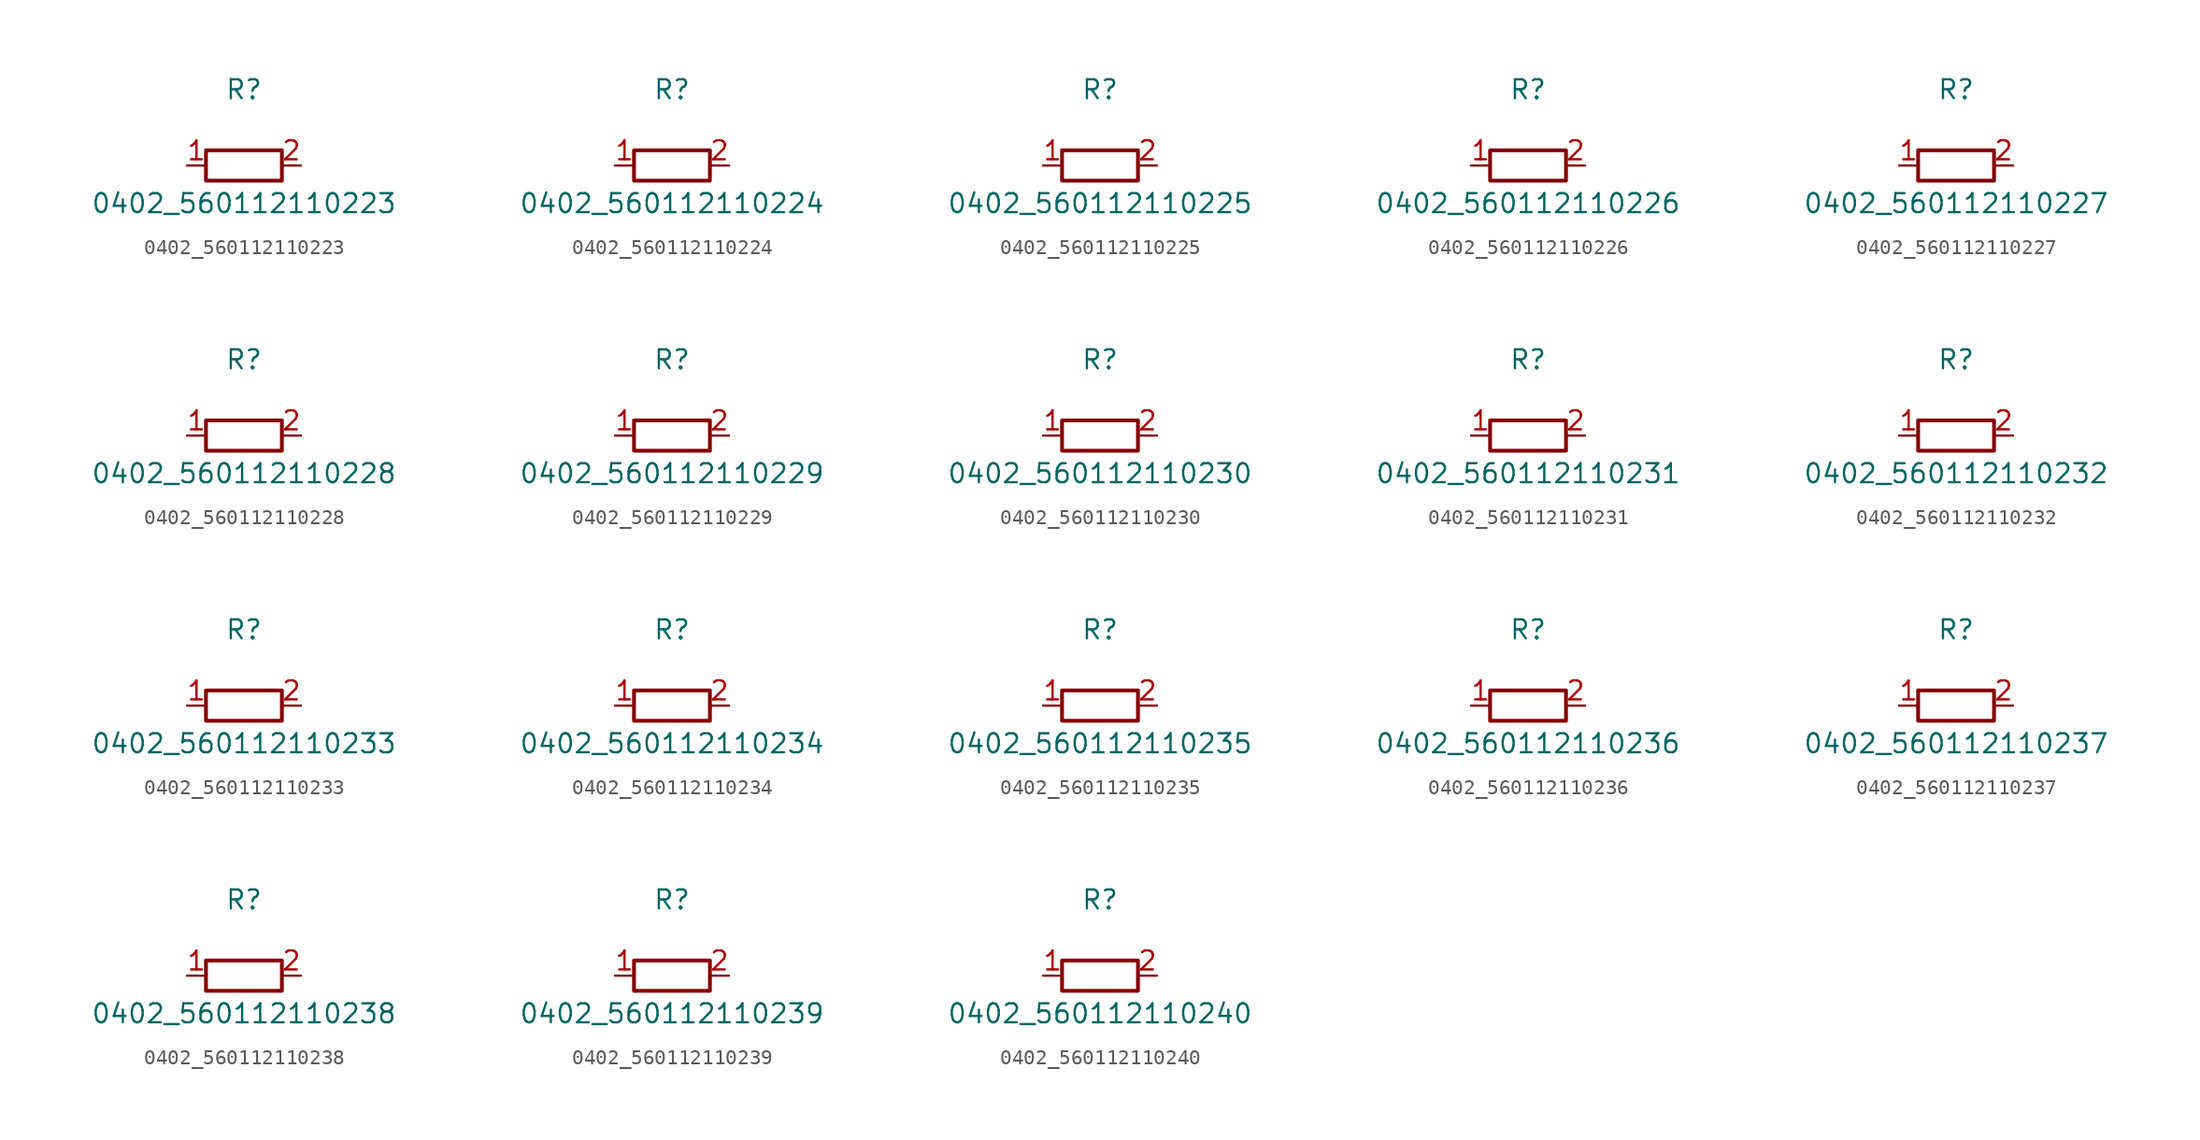
<source format=kicad_sym>
(kicad_symbol_lib
  (version 20220914)
  (generator kicad_symbol_editor)
  (symbol "0402_560112110223"
    (pin_names hide)
    (property "Reference" "R"
      (at 0 5.08 0)
      (effects (font (size 1.27 1.27))))
    (property "Value" "0402_560112110223"
      (at 0 -2.54 0)
      (effects (font (size 1.27 1.27))))
    (symbol "0402_560112110223_0_1"
      (rectangle (start -2.54 -1.016) (end 2.54 1.016) (stroke (width 0.254) (type default)) (fill (type none))))
    (symbol "0402_560112110223_1_1"
      (pin passive line (at -3.81 0 0) (length 1.27) (name "~" (effects (font (size 1.27 1.27)))) (number "1" (effects (font (size 1.27 1.27)))))
      (pin passive line (at 3.81 0 180) (length 1.27) (name "~" (effects (font (size 1.27 1.27)))) (number "2" (effects (font (size 1.27 1.27)))))))
  (symbol "0402_560112110224"
    (pin_names hide)
    (property "Reference" "R"
      (at 0 5.08 0)
      (effects (font (size 1.27 1.27))))
    (property "Value" "0402_560112110224"
      (at 0 -2.54 0)
      (effects (font (size 1.27 1.27))))
    (symbol "0402_560112110224_0_1"
      (rectangle (start -2.54 -1.016) (end 2.54 1.016) (stroke (width 0.254) (type default)) (fill (type none))))
    (symbol "0402_560112110224_1_1"
      (pin passive line (at -3.81 0 0) (length 1.27) (name "~" (effects (font (size 1.27 1.27)))) (number "1" (effects (font (size 1.27 1.27)))))
      (pin passive line (at 3.81 0 180) (length 1.27) (name "~" (effects (font (size 1.27 1.27)))) (number "2" (effects (font (size 1.27 1.27)))))))
  (symbol "0402_560112110225"
    (pin_names hide)
    (property "Reference" "R"
      (at 0 5.08 0)
      (effects (font (size 1.27 1.27))))
    (property "Value" "0402_560112110225"
      (at 0 -2.54 0)
      (effects (font (size 1.27 1.27))))
    (symbol "0402_560112110225_0_1"
      (rectangle (start -2.54 -1.016) (end 2.54 1.016) (stroke (width 0.254) (type default)) (fill (type none))))
    (symbol "0402_560112110225_1_1"
      (pin passive line (at -3.81 0 0) (length 1.27) (name "~" (effects (font (size 1.27 1.27)))) (number "1" (effects (font (size 1.27 1.27)))))
      (pin passive line (at 3.81 0 180) (length 1.27) (name "~" (effects (font (size 1.27 1.27)))) (number "2" (effects (font (size 1.27 1.27)))))))
  (symbol "0402_560112110226"
    (pin_names hide)
    (property "Reference" "R"
      (at 0 5.08 0)
      (effects (font (size 1.27 1.27))))
    (property "Value" "0402_560112110226"
      (at 0 -2.54 0)
      (effects (font (size 1.27 1.27))))
    (symbol "0402_560112110226_0_1"
      (rectangle (start -2.54 -1.016) (end 2.54 1.016) (stroke (width 0.254) (type default)) (fill (type none))))
    (symbol "0402_560112110226_1_1"
      (pin passive line (at -3.81 0 0) (length 1.27) (name "~" (effects (font (size 1.27 1.27)))) (number "1" (effects (font (size 1.27 1.27)))))
      (pin passive line (at 3.81 0 180) (length 1.27) (name "~" (effects (font (size 1.27 1.27)))) (number "2" (effects (font (size 1.27 1.27)))))))
  (symbol "0402_560112110227"
    (pin_names hide)
    (property "Reference" "R"
      (at 0 5.08 0)
      (effects (font (size 1.27 1.27))))
    (property "Value" "0402_560112110227"
      (at 0 -2.54 0)
      (effects (font (size 1.27 1.27))))
    (symbol "0402_560112110227_0_1"
      (rectangle (start -2.54 -1.016) (end 2.54 1.016) (stroke (width 0.254) (type default)) (fill (type none))))
    (symbol "0402_560112110227_1_1"
      (pin passive line (at -3.81 0 0) (length 1.27) (name "~" (effects (font (size 1.27 1.27)))) (number "1" (effects (font (size 1.27 1.27)))))
      (pin passive line (at 3.81 0 180) (length 1.27) (name "~" (effects (font (size 1.27 1.27)))) (number "2" (effects (font (size 1.27 1.27)))))))
  (symbol "0402_560112110228"
    (pin_names hide)
    (property "Reference" "R"
      (at 0 5.08 0)
      (effects (font (size 1.27 1.27))))
    (property "Value" "0402_560112110228"
      (at 0 -2.54 0)
      (effects (font (size 1.27 1.27))))
    (symbol "0402_560112110228_0_1"
      (rectangle (start -2.54 -1.016) (end 2.54 1.016) (stroke (width 0.254) (type default)) (fill (type none))))
    (symbol "0402_560112110228_1_1"
      (pin passive line (at -3.81 0 0) (length 1.27) (name "~" (effects (font (size 1.27 1.27)))) (number "1" (effects (font (size 1.27 1.27)))))
      (pin passive line (at 3.81 0 180) (length 1.27) (name "~" (effects (font (size 1.27 1.27)))) (number "2" (effects (font (size 1.27 1.27)))))))
  (symbol "0402_560112110229"
    (pin_names hide)
    (property "Reference" "R"
      (at 0 5.08 0)
      (effects (font (size 1.27 1.27))))
    (property "Value" "0402_560112110229"
      (at 0 -2.54 0)
      (effects (font (size 1.27 1.27))))
    (symbol "0402_560112110229_0_1"
      (rectangle (start -2.54 -1.016) (end 2.54 1.016) (stroke (width 0.254) (type default)) (fill (type none))))
    (symbol "0402_560112110229_1_1"
      (pin passive line (at -3.81 0 0) (length 1.27) (name "~" (effects (font (size 1.27 1.27)))) (number "1" (effects (font (size 1.27 1.27)))))
      (pin passive line (at 3.81 0 180) (length 1.27) (name "~" (effects (font (size 1.27 1.27)))) (number "2" (effects (font (size 1.27 1.27)))))))
  (symbol "0402_560112110230"
    (pin_names hide)
    (property "Reference" "R"
      (at 0 5.08 0)
      (effects (font (size 1.27 1.27))))
    (property "Value" "0402_560112110230"
      (at 0 -2.54 0)
      (effects (font (size 1.27 1.27))))
    (symbol "0402_560112110230_0_1"
      (rectangle (start -2.54 -1.016) (end 2.54 1.016) (stroke (width 0.254) (type default)) (fill (type none))))
    (symbol "0402_560112110230_1_1"
      (pin passive line (at -3.81 0 0) (length 1.27) (name "~" (effects (font (size 1.27 1.27)))) (number "1" (effects (font (size 1.27 1.27)))))
      (pin passive line (at 3.81 0 180) (length 1.27) (name "~" (effects (font (size 1.27 1.27)))) (number "2" (effects (font (size 1.27 1.27)))))))
  (symbol "0402_560112110231"
    (pin_names hide)
    (property "Reference" "R"
      (at 0 5.08 0)
      (effects (font (size 1.27 1.27))))
    (property "Value" "0402_560112110231"
      (at 0 -2.54 0)
      (effects (font (size 1.27 1.27))))
    (symbol "0402_560112110231_0_1"
      (rectangle (start -2.54 -1.016) (end 2.54 1.016) (stroke (width 0.254) (type default)) (fill (type none))))
    (symbol "0402_560112110231_1_1"
      (pin passive line (at -3.81 0 0) (length 1.27) (name "~" (effects (font (size 1.27 1.27)))) (number "1" (effects (font (size 1.27 1.27)))))
      (pin passive line (at 3.81 0 180) (length 1.27) (name "~" (effects (font (size 1.27 1.27)))) (number "2" (effects (font (size 1.27 1.27)))))))
  (symbol "0402_560112110232"
    (pin_names hide)
    (property "Reference" "R"
      (at 0 5.08 0)
      (effects (font (size 1.27 1.27))))
    (property "Value" "0402_560112110232"
      (at 0 -2.54 0)
      (effects (font (size 1.27 1.27))))
    (symbol "0402_560112110232_0_1"
      (rectangle (start -2.54 -1.016) (end 2.54 1.016) (stroke (width 0.254) (type default)) (fill (type none))))
    (symbol "0402_560112110232_1_1"
      (pin passive line (at -3.81 0 0) (length 1.27) (name "~" (effects (font (size 1.27 1.27)))) (number "1" (effects (font (size 1.27 1.27)))))
      (pin passive line (at 3.81 0 180) (length 1.27) (name "~" (effects (font (size 1.27 1.27)))) (number "2" (effects (font (size 1.27 1.27)))))))
  (symbol "0402_560112110233"
    (pin_names hide)
    (property "Reference" "R"
      (at 0 5.08 0)
      (effects (font (size 1.27 1.27))))
    (property "Value" "0402_560112110233"
      (at 0 -2.54 0)
      (effects (font (size 1.27 1.27))))
    (symbol "0402_560112110233_0_1"
      (rectangle (start -2.54 -1.016) (end 2.54 1.016) (stroke (width 0.254) (type default)) (fill (type none))))
    (symbol "0402_560112110233_1_1"
      (pin passive line (at -3.81 0 0) (length 1.27) (name "~" (effects (font (size 1.27 1.27)))) (number "1" (effects (font (size 1.27 1.27)))))
      (pin passive line (at 3.81 0 180) (length 1.27) (name "~" (effects (font (size 1.27 1.27)))) (number "2" (effects (font (size 1.27 1.27)))))))
  (symbol "0402_560112110234"
    (pin_names hide)
    (property "Reference" "R"
      (at 0 5.08 0)
      (effects (font (size 1.27 1.27))))
    (property "Value" "0402_560112110234"
      (at 0 -2.54 0)
      (effects (font (size 1.27 1.27))))
    (symbol "0402_560112110234_0_1"
      (rectangle (start -2.54 -1.016) (end 2.54 1.016) (stroke (width 0.254) (type default)) (fill (type none))))
    (symbol "0402_560112110234_1_1"
      (pin passive line (at -3.81 0 0) (length 1.27) (name "~" (effects (font (size 1.27 1.27)))) (number "1" (effects (font (size 1.27 1.27)))))
      (pin passive line (at 3.81 0 180) (length 1.27) (name "~" (effects (font (size 1.27 1.27)))) (number "2" (effects (font (size 1.27 1.27)))))))
  (symbol "0402_560112110235"
    (pin_names hide)
    (property "Reference" "R"
      (at 0 5.08 0)
      (effects (font (size 1.27 1.27))))
    (property "Value" "0402_560112110235"
      (at 0 -2.54 0)
      (effects (font (size 1.27 1.27))))
    (symbol "0402_560112110235_0_1"
      (rectangle (start -2.54 -1.016) (end 2.54 1.016) (stroke (width 0.254) (type default)) (fill (type none))))
    (symbol "0402_560112110235_1_1"
      (pin passive line (at -3.81 0 0) (length 1.27) (name "~" (effects (font (size 1.27 1.27)))) (number "1" (effects (font (size 1.27 1.27)))))
      (pin passive line (at 3.81 0 180) (length 1.27) (name "~" (effects (font (size 1.27 1.27)))) (number "2" (effects (font (size 1.27 1.27)))))))
  (symbol "0402_560112110236"
    (pin_names hide)
    (property "Reference" "R"
      (at 0 5.08 0)
      (effects (font (size 1.27 1.27))))
    (property "Value" "0402_560112110236"
      (at 0 -2.54 0)
      (effects (font (size 1.27 1.27))))
    (symbol "0402_560112110236_0_1"
      (rectangle (start -2.54 -1.016) (end 2.54 1.016) (stroke (width 0.254) (type default)) (fill (type none))))
    (symbol "0402_560112110236_1_1"
      (pin passive line (at -3.81 0 0) (length 1.27) (name "~" (effects (font (size 1.27 1.27)))) (number "1" (effects (font (size 1.27 1.27)))))
      (pin passive line (at 3.81 0 180) (length 1.27) (name "~" (effects (font (size 1.27 1.27)))) (number "2" (effects (font (size 1.27 1.27)))))))
  (symbol "0402_560112110237"
    (pin_names hide)
    (property "Reference" "R"
      (at 0 5.08 0)
      (effects (font (size 1.27 1.27))))
    (property "Value" "0402_560112110237"
      (at 0 -2.54 0)
      (effects (font (size 1.27 1.27))))
    (symbol "0402_560112110237_0_1"
      (rectangle (start -2.54 -1.016) (end 2.54 1.016) (stroke (width 0.254) (type default)) (fill (type none))))
    (symbol "0402_560112110237_1_1"
      (pin passive line (at -3.81 0 0) (length 1.27) (name "~" (effects (font (size 1.27 1.27)))) (number "1" (effects (font (size 1.27 1.27)))))
      (pin passive line (at 3.81 0 180) (length 1.27) (name "~" (effects (font (size 1.27 1.27)))) (number "2" (effects (font (size 1.27 1.27)))))))
  (symbol "0402_560112110238"
    (pin_names hide)
    (property "Reference" "R"
      (at 0 5.08 0)
      (effects (font (size 1.27 1.27))))
    (property "Value" "0402_560112110238"
      (at 0 -2.54 0)
      (effects (font (size 1.27 1.27))))
    (symbol "0402_560112110238_0_1"
      (rectangle (start -2.54 -1.016) (end 2.54 1.016) (stroke (width 0.254) (type default)) (fill (type none))))
    (symbol "0402_560112110238_1_1"
      (pin passive line (at -3.81 0 0) (length 1.27) (name "~" (effects (font (size 1.27 1.27)))) (number "1" (effects (font (size 1.27 1.27)))))
      (pin passive line (at 3.81 0 180) (length 1.27) (name "~" (effects (font (size 1.27 1.27)))) (number "2" (effects (font (size 1.27 1.27)))))))
  (symbol "0402_560112110239"
    (pin_names hide)
    (property "Reference" "R"
      (at 0 5.08 0)
      (effects (font (size 1.27 1.27))))
    (property "Value" "0402_560112110239"
      (at 0 -2.54 0)
      (effects (font (size 1.27 1.27))))
    (symbol "0402_560112110239_0_1"
      (rectangle (start -2.54 -1.016) (end 2.54 1.016) (stroke (width 0.254) (type default)) (fill (type none))))
    (symbol "0402_560112110239_1_1"
      (pin passive line (at -3.81 0 0) (length 1.27) (name "~" (effects (font (size 1.27 1.27)))) (number "1" (effects (font (size 1.27 1.27)))))
      (pin passive line (at 3.81 0 180) (length 1.27) (name "~" (effects (font (size 1.27 1.27)))) (number "2" (effects (font (size 1.27 1.27)))))))
  (symbol "0402_560112110240"
    (pin_names hide)
    (property "Reference" "R"
      (at 0 5.08 0)
      (effects (font (size 1.27 1.27))))
    (property "Value" "0402_560112110240"
      (at 0 -2.54 0)
      (effects (font (size 1.27 1.27))))
    (symbol "0402_560112110240_0_1"
      (rectangle (start -2.54 -1.016) (end 2.54 1.016) (stroke (width 0.254) (type default)) (fill (type none))))
    (symbol "0402_560112110240_1_1"
      (pin passive line (at -3.81 0 0) (length 1.27) (name "~" (effects (font (size 1.27 1.27)))) (number "1" (effects (font (size 1.27 1.27)))))
      (pin passive line (at 3.81 0 180) (length 1.27) (name "~" (effects (font (size 1.27 1.27)))) (number "2" (effects (font (size 1.27 1.27))))))))
</source>
